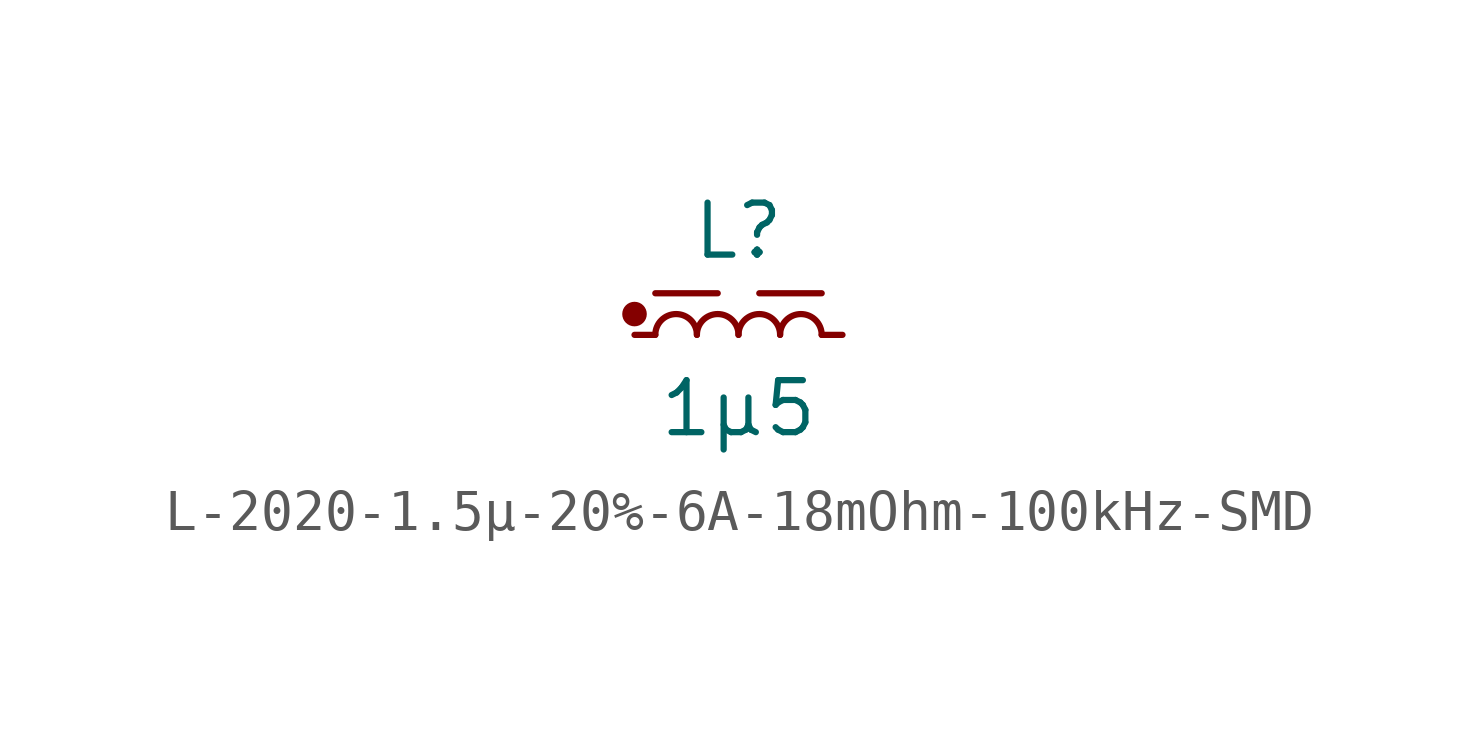
<source format=kicad_sym>
(kicad_symbol_lib
  (version 20241209)
  (generator "kicad_symbol_editor")
  (generator_version "9.0")
  (symbol "L-2020-1.5µ-20%-6A-18mOhm-100kHz-SMD"
    (pin_numbers
      (hide yes))
    (pin_names
      (offset 0.254)
      (hide yes))
    (property "Reference" "L"
      (at 0 2.54 0)
      (effects (font (size 1.27 1.27))))
    (property "Value" "1µ5"
      (at 0 -2.54 0)
      (effects (font (size 1.27 1.27)) (justify bottom)))
    (symbol "L-2020-1.5µ-20%-6A-18mOhm-100kHz-SMD_0_1"
      (arc (start -2.032 0) (mid -1.524 0.5058) (end -1.016 0) (stroke (width 0) (type default)) (fill (type none)))
      (arc (start -1.016 0) (mid -0.508 0.5058) (end 0 0) (stroke (width 0) (type default)) (fill (type none)))
      (arc (start 0 0) (mid 0.508 0.5058) (end 1.016 0) (stroke (width 0) (type default)) (fill (type none)))
      (arc (start 1.016 0) (mid 1.524 0.5058) (end 2.032 0) (stroke (width 0) (type default)) (fill (type none))))
    (symbol "L-2020-1.5µ-20%-6A-18mOhm-100kHz-SMD_1_1"
      (circle (center -2.54 0.508) (radius 0.0001) (stroke (width 0.3) (type solid)) (fill (type color) (color 0 0 0 0)))
      (polyline (pts (xy -0.508 1.016) (xy -2.032 1.016)) (stroke (width 0) (type default)) (fill (type none)))
      (polyline (pts (xy 2.032 1.016) (xy 0.508 1.016)) (stroke (width 0) (type default)) (fill (type none)))
      (pin passive line (at -2.54 0 0) (length 0.508) (name "~" (effects (font (size 1.27 1.27)))) (number "1" (effects (font (size 1.27 1.27)))))
      (pin passive line (at 2.54 0 180) (length 0.508) (name "~" (effects (font (size 1.27 1.27)))) (number "2" (effects (font (size 1.27 1.27))))))))
</source>
